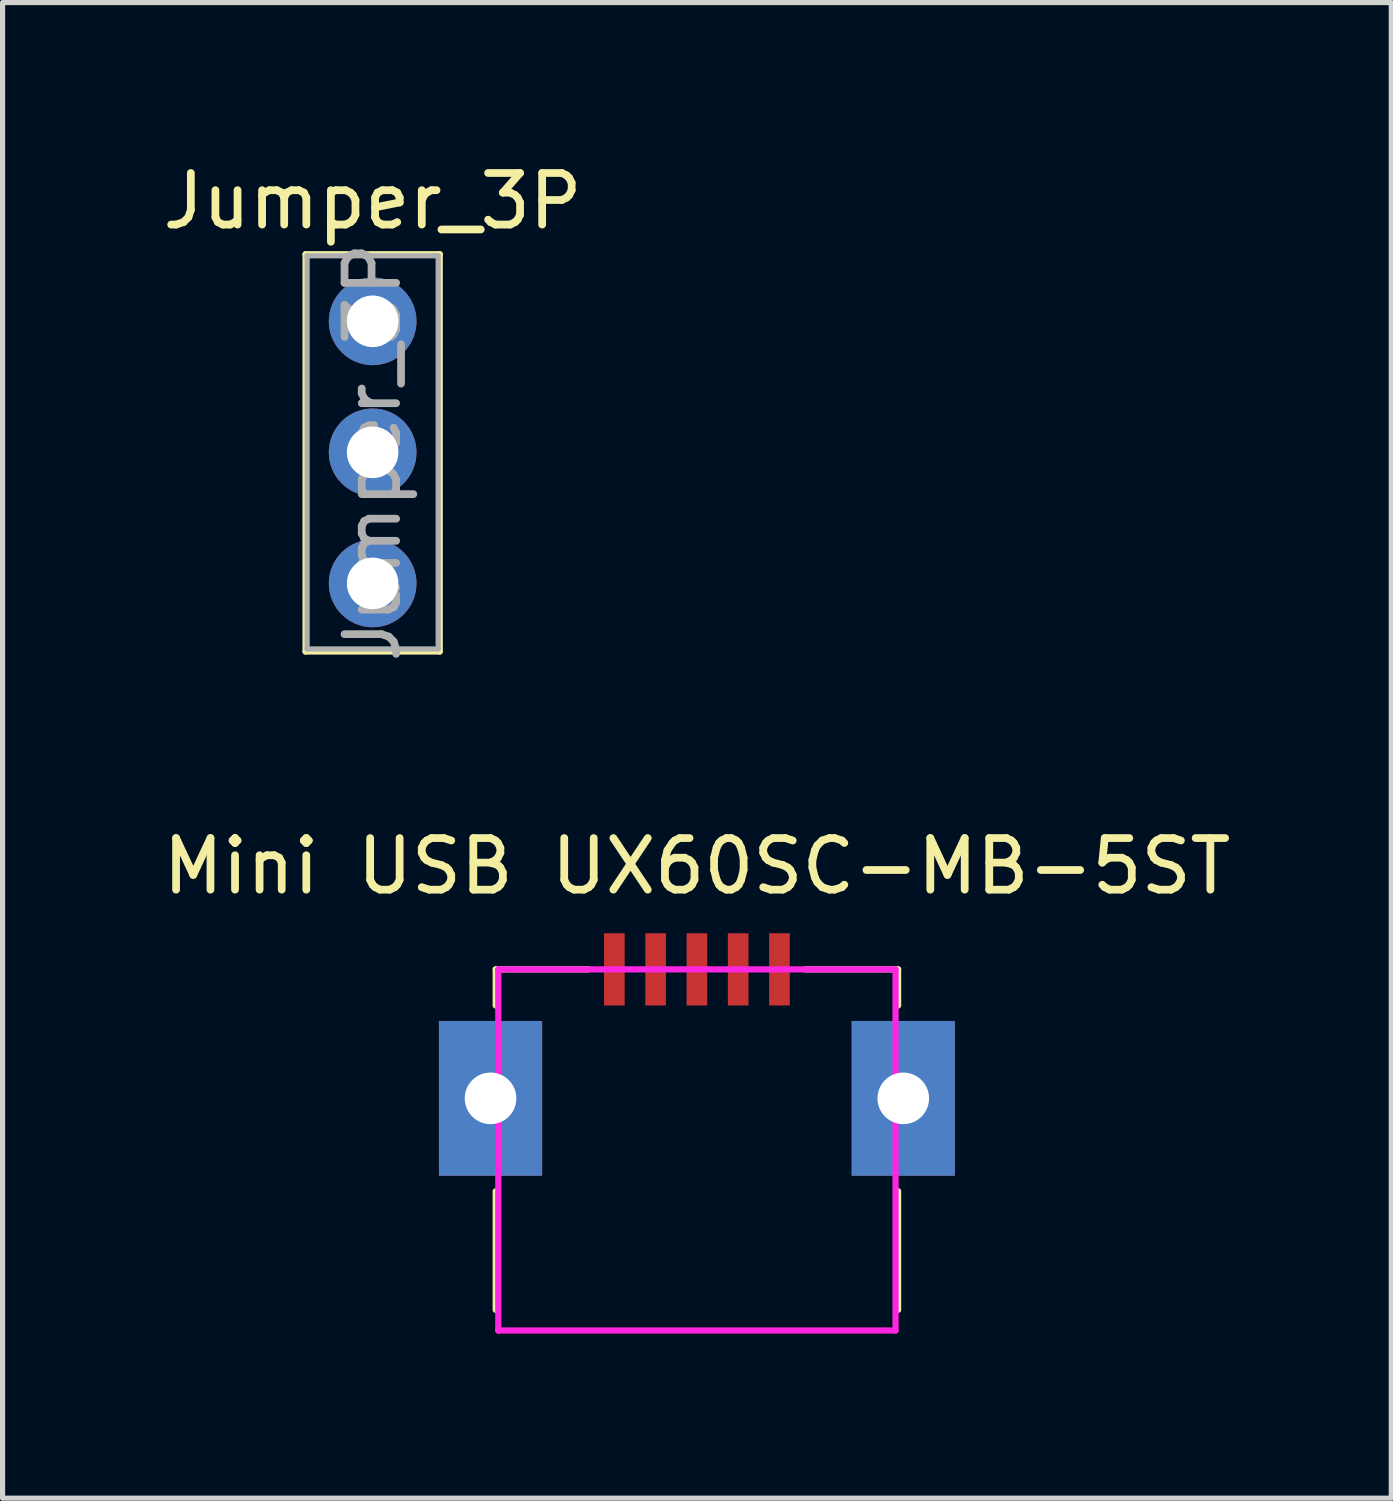
<source format=kicad_pcb>
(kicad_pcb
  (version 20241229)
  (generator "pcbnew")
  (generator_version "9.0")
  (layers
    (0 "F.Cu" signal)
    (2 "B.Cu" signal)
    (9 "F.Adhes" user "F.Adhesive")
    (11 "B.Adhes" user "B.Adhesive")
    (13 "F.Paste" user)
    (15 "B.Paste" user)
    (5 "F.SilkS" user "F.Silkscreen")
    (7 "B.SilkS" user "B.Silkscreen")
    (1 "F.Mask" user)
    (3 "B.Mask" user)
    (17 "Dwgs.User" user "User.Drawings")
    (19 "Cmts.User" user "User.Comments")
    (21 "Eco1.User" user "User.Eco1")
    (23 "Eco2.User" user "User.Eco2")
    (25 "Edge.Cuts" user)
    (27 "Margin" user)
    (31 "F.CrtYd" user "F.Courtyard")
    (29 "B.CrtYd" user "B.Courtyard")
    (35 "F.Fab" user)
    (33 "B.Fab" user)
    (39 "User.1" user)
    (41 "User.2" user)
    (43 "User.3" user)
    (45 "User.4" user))
  (footprint "Jumper_3P"
    (layer "F.Cu")
    (at 4.173 3.178)
    (property "Reference" "Jumper_3P" (at 0 -2.33 0) (layer "F.SilkS") (effects (font (size 1 1) (thickness 0.15))))
    (attr through_hole)
    (fp_line (start -1.3 -1.3) (end -1.3 6.4) (stroke (width 0.12) (type solid)) (layer "F.SilkS"))
    (fp_line (start -1.3 -1.3) (end 1.3 -1.3) (stroke (width 0.12) (type solid)) (layer "F.SilkS"))
    (fp_line (start -1.3 6.4) (end 1.3 6.4) (stroke (width 0.12) (type solid)) (layer "F.SilkS"))
    (fp_line (start 1.3 -1.3) (end 1.3 6.4) (stroke (width 0.12) (type solid)) (layer "F.SilkS"))
    (fp_line (start -1.27 -1.27) (end 1.27 -1.27) (stroke (width 0.1) (type solid)) (layer "F.Fab"))
    (fp_line (start -1.27 6.35) (end -1.27 -1.27) (stroke (width 0.1) (type solid)) (layer "F.Fab"))
    (fp_line (start 1.27 -1.27) (end 1.27 6.35) (stroke (width 0.1) (type solid)) (layer "F.Fab"))
    (fp_line (start 1.27 6.35) (end -1.27 6.35) (stroke (width 0.1) (type solid)) (layer "F.Fab"))
    (fp_text user "${REFERENCE}" (at 0 2.54 90) (layer "F.Fab") (effects (font (size 1 1) (thickness 0.15))))
    (pad "1" thru_hole circle (at 0 0) (size 1.7 1.7) (drill 1) (layers "*.Cu" "*.Mask"))
    (pad "2" thru_hole oval (at 0 2.54) (size 1.7 1.7) (drill 1) (layers "*.Cu" "*.Mask"))
    (pad "3" thru_hole oval (at 0 5.08) (size 1.7 1.7) (drill 1) (layers "*.Cu" "*.Mask")))
  (footprint "Mini USB UX60SC-MB-5ST"
    (layer "F.Cu")
    (at 10.458 22.739)
    (property "Reference" "Mini USB UX60SC-MB-5ST" (at 0 -9 0) (layer "F.SilkS") (effects (font (size 1 1) (thickness 0.15))))
    (attr through_hole)
    (fp_line (start -3.9 -7) (end -2.1 -7) (stroke (width 0.12) (type solid)) (layer "F.SilkS"))
    (fp_line (start -3.9 -6.3) (end -3.9 -7) (stroke (width 0.12) (type solid)) (layer "F.SilkS"))
    (fp_line (start -3.9 -2.7) (end -3.9 -0.4) (stroke (width 0.12) (type solid)) (layer "F.SilkS"))
    (fp_line (start 3.9 -7) (end 2.1 -7) (stroke (width 0.12) (type solid)) (layer "F.SilkS"))
    (fp_line (start 3.9 -6.3) (end 3.9 -7) (stroke (width 0.12) (type solid)) (layer "F.SilkS"))
    (fp_line (start 3.9 -2.7) (end 3.9 -0.4) (stroke (width 0.12) (type solid)) (layer "F.SilkS"))
    (fp_line (start -3.85 -7) (end 3.85 -7) (stroke (width 0.12) (type solid)) (layer "F.CrtYd"))
    (fp_line (start -3.85 0) (end -3.85 -7) (stroke (width 0.12) (type solid)) (layer "F.CrtYd"))
    (fp_line (start 3.85 -7) (end 3.85 0) (stroke (width 0.12) (type solid)) (layer "F.CrtYd"))
    (fp_line (start 3.85 0) (end -3.85 0) (stroke (width 0.12) (type solid)) (layer "F.CrtYd"))
    (pad "1" smd rect (at -1.6 -7) (size 0.4 1.4) (layers "F.Cu" "F.Mask" "F.Paste"))
    (pad "2" smd rect (at -0.8 -7) (size 0.4 1.4) (layers "F.Cu" "F.Mask" "F.Paste"))
    (pad "3" smd rect (at 0 -7) (size 0.4 1.4) (layers "F.Cu" "F.Mask" "F.Paste"))
    (pad "4" smd rect (at 0.8 -7) (size 0.4 1.4) (layers "F.Cu" "F.Mask" "F.Paste"))
    (pad "5" smd rect (at 1.6 -7) (size 0.4 1.4) (layers "F.Cu" "F.Mask" "F.Paste"))
    (pad "6" thru_hole rect (at -4 -4.5 180) (size 2 3) (drill 1) (layers "*.Cu" "*.Mask"))
    (pad "6" thru_hole rect (at 4 -4.5 180) (size 2 3) (drill 1) (layers "*.Cu" "*.Mask")))
  (gr_rect
    (start -3 -3)
    (end 23.917 25.989)
    (stroke (width 0.1) (type default))
    (fill no)
    (layer "Edge.Cuts")))
</source>
